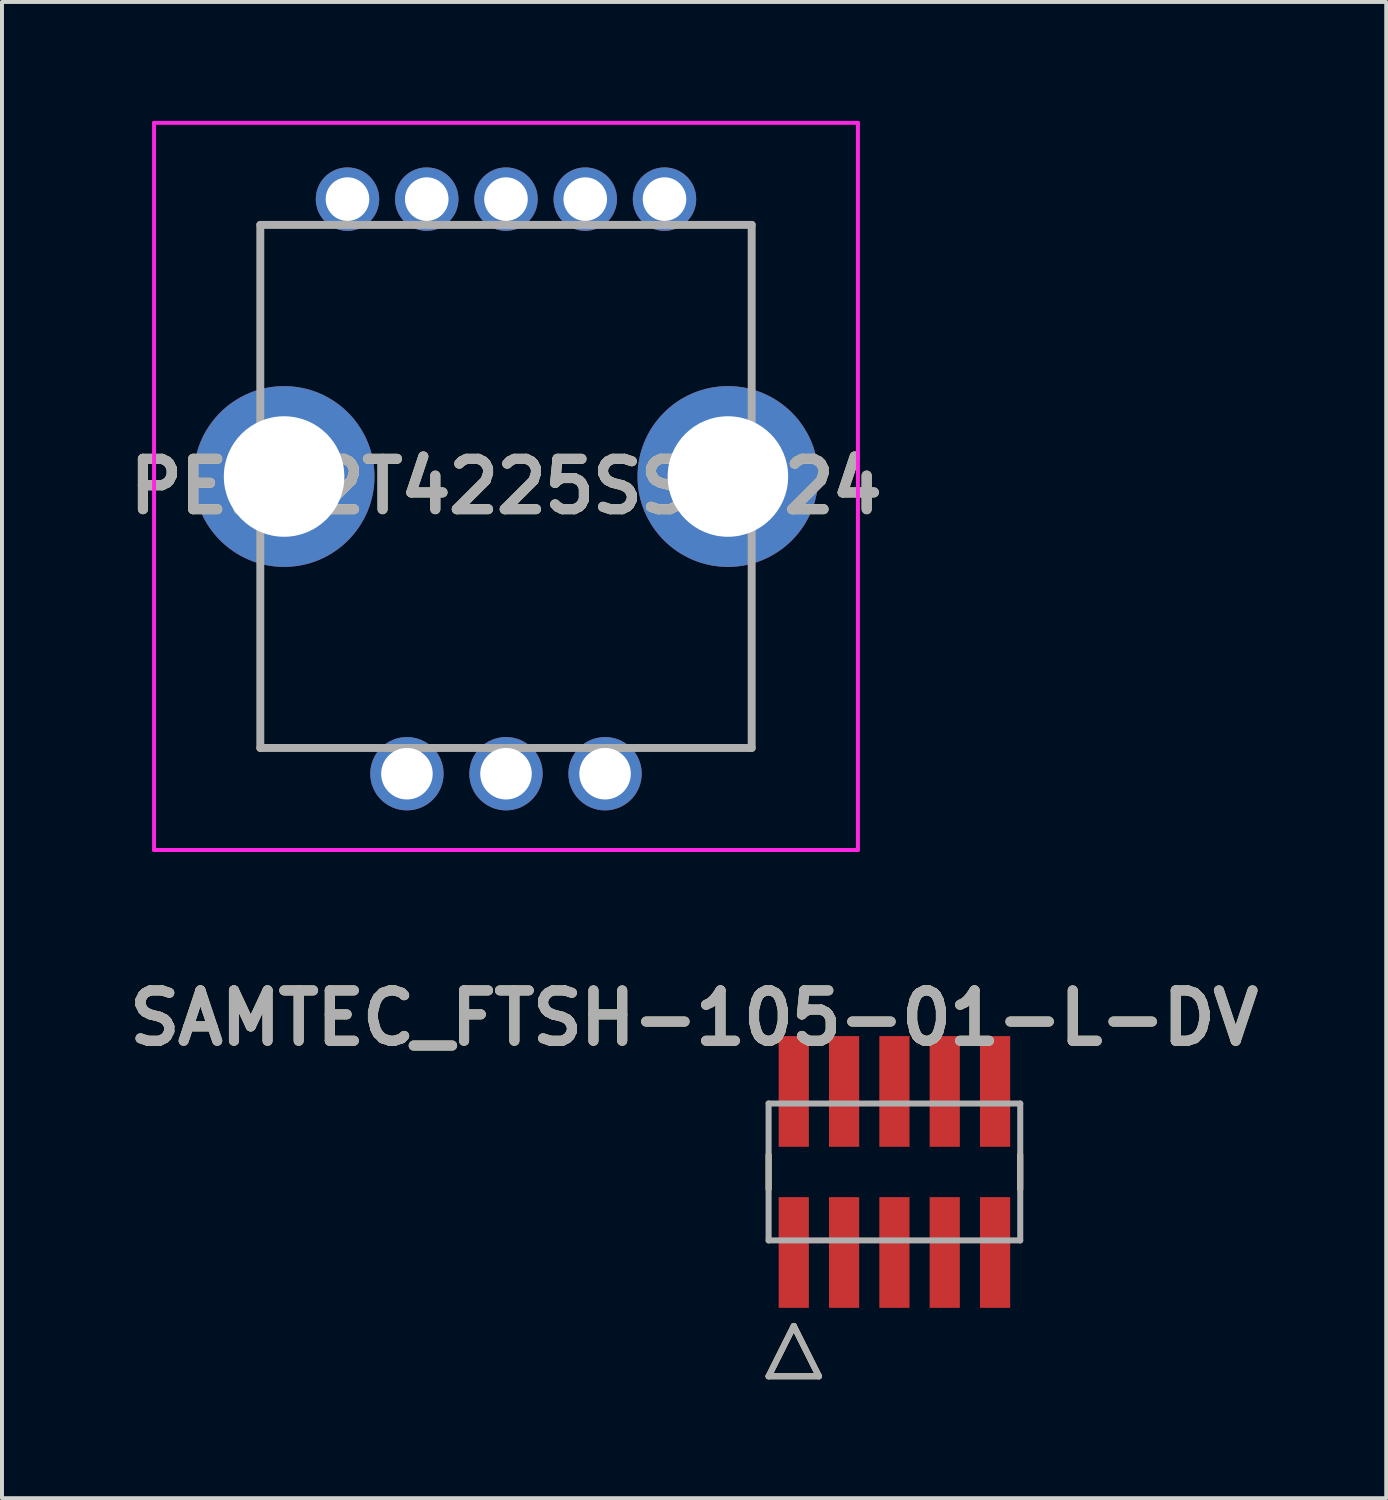
<source format=kicad_pcb>
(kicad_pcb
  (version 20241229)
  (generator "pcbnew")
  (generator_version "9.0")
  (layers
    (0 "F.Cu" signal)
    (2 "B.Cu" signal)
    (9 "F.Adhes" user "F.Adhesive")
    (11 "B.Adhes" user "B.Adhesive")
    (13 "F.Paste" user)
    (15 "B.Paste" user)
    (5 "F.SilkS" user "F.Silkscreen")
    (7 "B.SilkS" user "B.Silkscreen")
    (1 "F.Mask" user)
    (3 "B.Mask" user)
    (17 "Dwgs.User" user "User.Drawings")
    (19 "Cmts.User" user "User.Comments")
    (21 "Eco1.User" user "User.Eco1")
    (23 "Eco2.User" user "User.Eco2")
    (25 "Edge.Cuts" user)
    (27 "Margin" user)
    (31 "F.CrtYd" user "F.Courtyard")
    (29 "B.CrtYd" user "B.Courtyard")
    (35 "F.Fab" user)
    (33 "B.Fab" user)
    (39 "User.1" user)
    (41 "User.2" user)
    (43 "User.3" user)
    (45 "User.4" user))
  (footprint "PEL12T4225SS1024"
    (layer "F.Cu")
    (at 9.719 9.225)
    (property "Reference" "PEL12T4225SS1024" (at 0 0 0) (layer "F.SilkS") (effects (font (size 1.27 1.27) (thickness 0.254))))
    (attr through_hole)
    (fp_line (start -6.2 -6.6) (end -6.2 -3) (stroke (width 0.1) (type solid)) (layer "F.SilkS"))
    (fp_line (start -6.2 6.6) (end -6.2 2.5) (stroke (width 0.1) (type solid)) (layer "F.SilkS"))
    (fp_line (start -5.5 -6.6) (end -6.2 -6.6) (stroke (width 0.1) (type solid)) (layer "F.SilkS"))
    (fp_line (start -4 6.6) (end -6.2 6.6) (stroke (width 0.1) (type solid)) (layer "F.SilkS"))
    (fp_line (start 4 6.6) (end 6.2 6.6) (stroke (width 0.1) (type solid)) (layer "F.SilkS"))
    (fp_line (start 6.2 -6.6) (end 5.6 -6.6) (stroke (width 0.1) (type solid)) (layer "F.SilkS"))
    (fp_line (start 6.2 -3) (end 6.2 -6.6) (stroke (width 0.1) (type solid)) (layer "F.SilkS"))
    (fp_line (start 6.2 3) (end 6.2 2.5) (stroke (width 0.1) (type solid)) (layer "F.SilkS"))
    (fp_line (start 6.2 6.6) (end 6.2 3) (stroke (width 0.1) (type solid)) (layer "F.SilkS"))
    (fp_line (start -8.881 -9.175) (end 8.881 -9.175) (stroke (width 0.1) (type solid)) (layer "F.CrtYd"))
    (fp_line (start -8.881 9.175) (end -8.881 -9.175) (stroke (width 0.1) (type solid)) (layer "F.CrtYd"))
    (fp_line (start 8.881 -9.175) (end 8.881 9.175) (stroke (width 0.1) (type solid)) (layer "F.CrtYd"))
    (fp_line (start 8.881 9.175) (end -8.881 9.175) (stroke (width 0.1) (type solid)) (layer "F.CrtYd"))
    (fp_line (start -6.2 -6.6) (end 6.2 -6.6) (stroke (width 0.2) (type solid)) (layer "F.Fab"))
    (fp_line (start -6.2 6.6) (end -6.2 -6.6) (stroke (width 0.2) (type solid)) (layer "F.Fab"))
    (fp_line (start 6.2 -6.6) (end 6.2 6.6) (stroke (width 0.2) (type solid)) (layer "F.Fab"))
    (fp_line (start 6.2 6.6) (end -6.2 6.6) (stroke (width 0.2) (type solid)) (layer "F.Fab"))
    (fp_text user "${REFERENCE}" (at 0 0 0) (layer "F.Fab") (effects (font (size 1.27 1.27) (thickness 0.254))))
    (pad "1" thru_hole circle (at -4 -7.25) (size 1.6 1.6) (drill 1.1) (layers "*.Cu" "*.Mask"))
    (pad "2" thru_hole circle (at -2 -7.25) (size 1.6 1.6) (drill 1.1) (layers "*.Cu" "*.Mask"))
    (pad "3" thru_hole circle (at 0 -7.25) (size 1.6 1.6) (drill 1.1) (layers "*.Cu" "*.Mask"))
    (pad "4" thru_hole circle (at 2 -7.25) (size 1.6 1.6) (drill 1.1) (layers "*.Cu" "*.Mask"))
    (pad "5" thru_hole circle (at 4 -7.25) (size 1.6 1.6) (drill 1.1) (layers "*.Cu" "*.Mask"))
    (pad "A1" thru_hole circle (at -2.5 7.25) (size 1.85 1.85) (drill 1.3) (layers "*.Cu" "*.Mask"))
    (pad "B1" thru_hole circle (at 2.5 7.25) (size 1.85 1.85) (drill 1.3) (layers "*.Cu" "*.Mask"))
    (pad "C1" thru_hole circle (at 0 7.25) (size 1.85 1.85) (drill 1.3) (layers "*.Cu" "*.Mask"))
    (pad "MH1" thru_hole circle (at -5.6 -0.25) (size 4.562 4.562) (drill 3.041) (layers "*.Cu" "*.Mask"))
    (pad "MH2" thru_hole circle (at 5.6 -0.25) (size 4.562 4.562) (drill 3.041) (layers "*.Cu" "*.Mask")))
  (footprint "SAMTEC_FTSH-105-01-L-DV"
    (layer "F.Cu")
    (at 19.521 26.525)
    (property "Reference" "SAMTEC_FTSH-105-01-L-DV" (at -5.055 -3.886 0) (layer "F.SilkS") (effects (font (size 1.27 1.27) (thickness 0.254))))
    (attr smd)
    (fp_line (start -3.175 -0.432) (end -3.175 0.432) (stroke (width 0.152) (type solid)) (layer "F.SilkS"))
    (fp_line (start -3.175 5.156) (end -2.54 3.886) (stroke (width 0.152) (type solid)) (layer "F.SilkS"))
    (fp_line (start -2.54 3.886) (end -1.905 5.156) (stroke (width 0.152) (type solid)) (layer "F.SilkS"))
    (fp_line (start -1.905 5.156) (end -3.175 5.156) (stroke (width 0.152) (type solid)) (layer "F.SilkS"))
    (fp_line (start 3.175 0.432) (end 3.175 -0.432) (stroke (width 0.152) (type solid)) (layer "F.SilkS"))
    (fp_line (start -3.175 -1.727) (end -3.175 1.727) (stroke (width 0.152) (type solid)) (layer "F.Fab"))
    (fp_line (start -3.175 1.727) (end 3.175 1.727) (stroke (width 0.152) (type solid)) (layer "F.Fab"))
    (fp_line (start -3.175 5.156) (end -2.54 3.886) (stroke (width 0.152) (type solid)) (layer "F.Fab"))
    (fp_line (start -2.54 3.886) (end -1.905 5.156) (stroke (width 0.152) (type solid)) (layer "F.Fab"))
    (fp_line (start -1.905 5.156) (end -3.175 5.156) (stroke (width 0.152) (type solid)) (layer "F.Fab"))
    (fp_line (start 3.175 -1.727) (end -3.175 -1.727) (stroke (width 0.152) (type solid)) (layer "F.Fab"))
    (fp_line (start 3.175 1.727) (end 3.175 -1.727) (stroke (width 0.152) (type solid)) (layer "F.Fab"))
    (fp_text user "${REFERENCE}" (at -5.055 -3.886 0) (layer "F.Fab") (effects (font (size 1.27 1.27) (thickness 0.254))))
    (pad "1" smd rect (at -2.54 2.032) (size 0.762 2.794) (layers "F.Cu" "F.Mask" "F.Paste"))
    (pad "2" smd rect (at -2.54 -2.032) (size 0.762 2.794) (layers "F.Cu" "F.Mask" "F.Paste"))
    (pad "3" smd rect (at -1.27 2.032) (size 0.762 2.794) (layers "F.Cu" "F.Mask" "F.Paste"))
    (pad "4" smd rect (at -1.27 -2.032) (size 0.762 2.794) (layers "F.Cu" "F.Mask" "F.Paste"))
    (pad "5" smd rect (at 0 2.032) (size 0.762 2.794) (layers "F.Cu" "F.Mask" "F.Paste"))
    (pad "6" smd rect (at 0 -2.032) (size 0.762 2.794) (layers "F.Cu" "F.Mask" "F.Paste"))
    (pad "7" smd rect (at 1.27 2.032) (size 0.762 2.794) (layers "F.Cu" "F.Mask" "F.Paste"))
    (pad "8" smd rect (at 1.27 -2.032) (size 0.762 2.794) (layers "F.Cu" "F.Mask" "F.Paste"))
    (pad "9" smd rect (at 2.54 2.032) (size 0.762 2.794) (layers "F.Cu" "F.Mask" "F.Paste"))
    (pad "10" smd rect (at 2.54 -2.032) (size 0.762 2.794) (layers "F.Cu" "F.Mask" "F.Paste")))
  (gr_rect
    (start -3 -3)
    (end 31.932 34.757)
    (stroke (width 0.1) (type default))
    (fill no)
    (layer "Edge.Cuts")))
</source>
